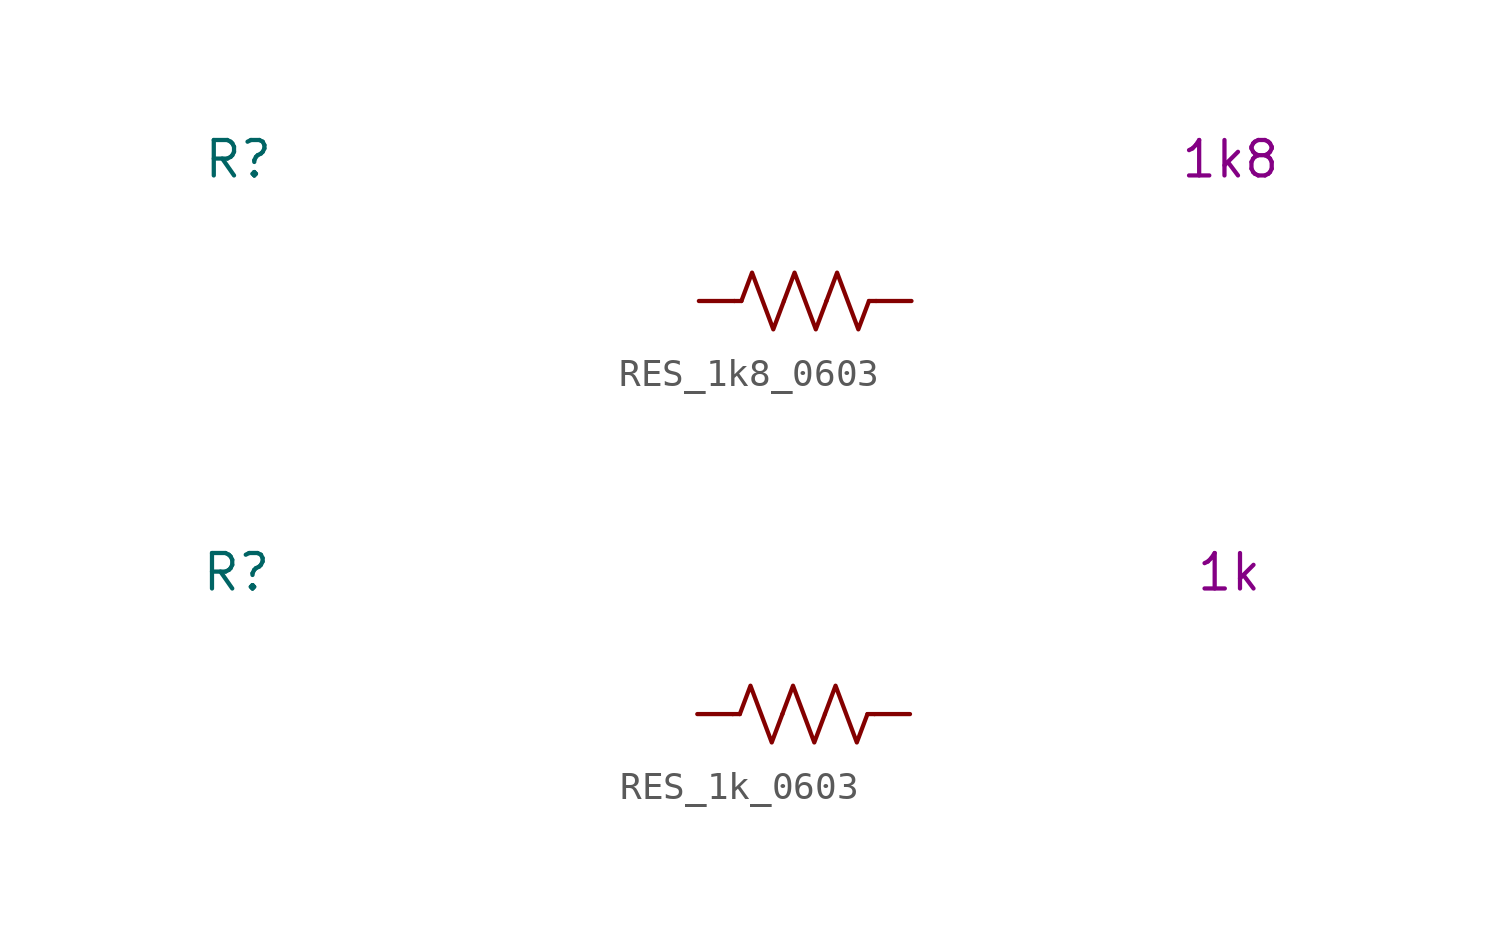
<source format=kicad_sym>
(kicad_symbol_lib
  (version 20231120)
  (generator "kicad_symbol_editor")
  (generator_version "8.0")
  (symbol "RES_1k8_0603"
    (pin_numbers hide)
    (property "Reference" "R"
      (at -20.32 5.08 0)
      (effects (font (size 1.27 1.27))))
    (property "Display Value" "1k8"
      (at 15.24 5.08 0)
      (effects (font (size 1.27 1.27))))
    (symbol "RES_1k8_0603_0_1"
      (polyline (pts (xy -2.286 0) (xy -2.54 0)) (stroke (width 0) (type default)) (fill (type none)))
      (polyline (pts (xy 2.286 0) (xy 2.54 0)) (stroke (width 0) (type default)) (fill (type none)))
      (polyline (pts (xy -2.286 0) (xy -1.905 1.016) (xy -1.524 0) (xy -1.143 -1.016) (xy -0.762 0)) (stroke (width 0) (type default)) (fill (type none)))
      (polyline (pts (xy -0.762 0) (xy -0.381 1.016) (xy 0 0) (xy 0.381 -1.016) (xy 0.762 0)) (stroke (width 0) (type default)) (fill (type none)))
      (polyline (pts (xy 0.762 0) (xy 1.143 1.016) (xy 1.524 0) (xy 1.905 -1.016) (xy 2.286 0)) (stroke (width 0) (type default)) (fill (type none))))
    (symbol "RES_1k8_0603_1_1"
      (pin passive line (at -3.81 0 0) (length 1.27) (name "~" (effects (font (size 1.27 1.27)))) (number "1" (effects (font (size 1.27 1.27)))))
      (pin passive line (at 3.81 0 180) (length 1.27) (name "~" (effects (font (size 1.27 1.27)))) (number "2" (effects (font (size 1.27 1.27)))))))
  (symbol "RES_1k_0603"
    (pin_numbers hide)
    (property "Reference" "R"
      (at -20.32 5.08 0)
      (effects (font (size 1.27 1.27))))
    (property "Display Value" "1k"
      (at 15.24 5.08 0)
      (effects (font (size 1.27 1.27))))
    (symbol "RES_1k_0603_0_1"
      (polyline (pts (xy -2.286 0) (xy -2.54 0)) (stroke (width 0) (type default)) (fill (type none)))
      (polyline (pts (xy 2.286 0) (xy 2.54 0)) (stroke (width 0) (type default)) (fill (type none)))
      (polyline (pts (xy -2.286 0) (xy -1.905 1.016) (xy -1.524 0) (xy -1.143 -1.016) (xy -0.762 0)) (stroke (width 0) (type default)) (fill (type none)))
      (polyline (pts (xy -0.762 0) (xy -0.381 1.016) (xy 0 0) (xy 0.381 -1.016) (xy 0.762 0)) (stroke (width 0) (type default)) (fill (type none)))
      (polyline (pts (xy 0.762 0) (xy 1.143 1.016) (xy 1.524 0) (xy 1.905 -1.016) (xy 2.286 0)) (stroke (width 0) (type default)) (fill (type none))))
    (symbol "RES_1k_0603_1_1"
      (pin passive line (at -3.81 0 0) (length 1.27) (name "~" (effects (font (size 1.27 1.27)))) (number "1" (effects (font (size 1.27 1.27)))))
      (pin passive line (at 3.81 0 180) (length 1.27) (name "~" (effects (font (size 1.27 1.27)))) (number "2" (effects (font (size 1.27 1.27))))))))
</source>
